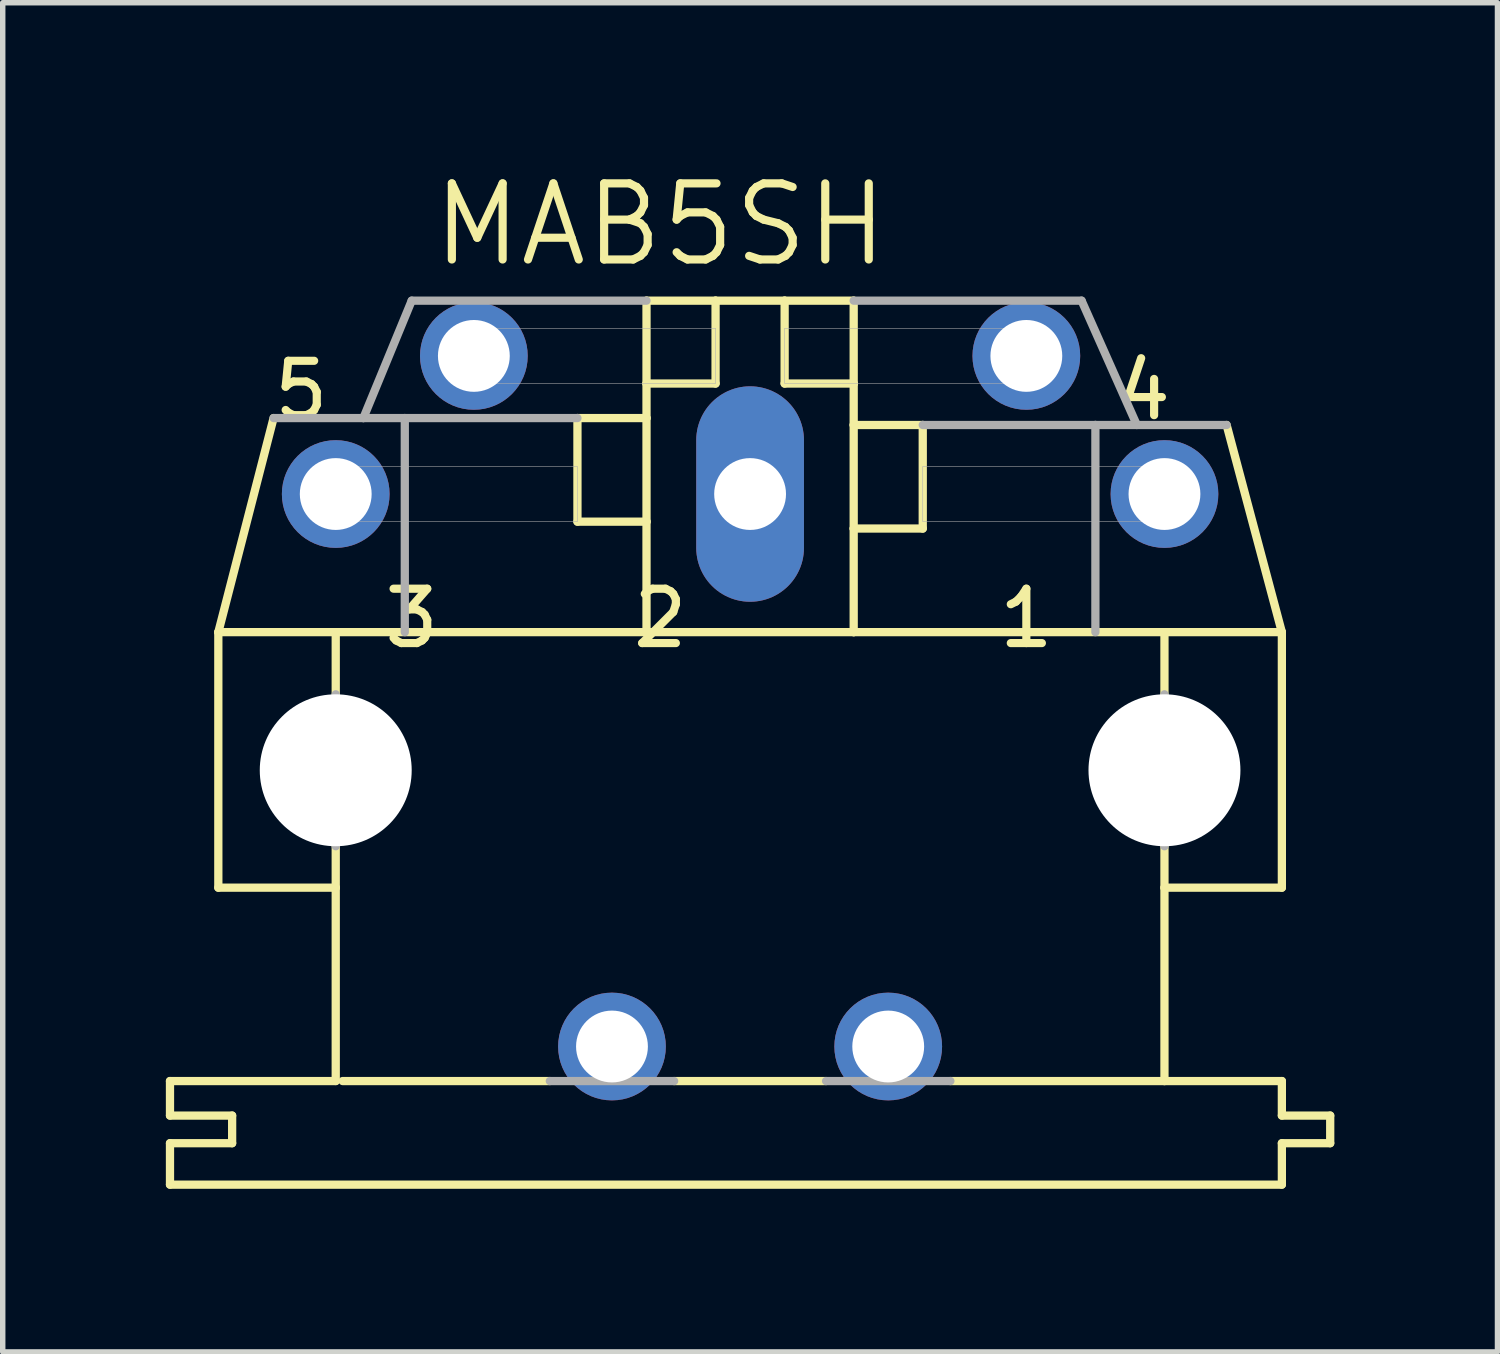
<source format=kicad_pcb>
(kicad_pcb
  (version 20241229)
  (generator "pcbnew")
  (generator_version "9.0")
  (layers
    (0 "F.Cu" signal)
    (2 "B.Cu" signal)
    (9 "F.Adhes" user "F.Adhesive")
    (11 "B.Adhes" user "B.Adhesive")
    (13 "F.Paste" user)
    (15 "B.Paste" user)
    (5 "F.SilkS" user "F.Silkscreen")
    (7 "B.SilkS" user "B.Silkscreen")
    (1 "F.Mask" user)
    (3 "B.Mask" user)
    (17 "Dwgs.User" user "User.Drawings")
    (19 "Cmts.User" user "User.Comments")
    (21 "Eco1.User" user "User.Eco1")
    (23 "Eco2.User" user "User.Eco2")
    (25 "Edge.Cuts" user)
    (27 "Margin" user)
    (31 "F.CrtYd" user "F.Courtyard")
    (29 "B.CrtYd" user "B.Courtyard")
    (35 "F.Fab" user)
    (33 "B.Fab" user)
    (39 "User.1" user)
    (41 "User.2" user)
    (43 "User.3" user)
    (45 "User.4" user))
  (footprint "MAB5SH"
    (layer "F.Cu")
    (at 10.744 11.115)
    (property "Reference" "MAB5SH" (at -1.651 -10.033 0) (layer "F.SilkS") (effects (font (size 1.4 1.4) (thickness 0.15))))
    (attr through_hole)
    (fp_line (start -10.668 6.35) (end -10.668 5.715) (stroke (width 0.152) (type solid)) (layer "F.SilkS"))
    (fp_line (start -10.668 6.35) (end -9.525 6.35) (stroke (width 0.152) (type solid)) (layer "F.SilkS"))
    (fp_line (start -10.668 7.62) (end -10.668 6.858) (stroke (width 0.152) (type solid)) (layer "F.SilkS"))
    (fp_line (start -10.668 7.62) (end 9.779 7.62) (stroke (width 0.152) (type solid)) (layer "F.SilkS"))
    (fp_line (start -9.779 2.159) (end -9.779 -2.54) (stroke (width 0.152) (type solid)) (layer "F.SilkS"))
    (fp_line (start -9.779 2.159) (end -7.62 2.159) (stroke (width 0.152) (type solid)) (layer "F.SilkS"))
    (fp_line (start -9.525 6.858) (end -10.668 6.858) (stroke (width 0.152) (type solid)) (layer "F.SilkS"))
    (fp_line (start -9.525 6.858) (end -9.525 6.35) (stroke (width 0.152) (type solid)) (layer "F.SilkS"))
    (fp_line (start -8.763 -6.477) (end -9.779 -2.54) (stroke (width 0.152) (type solid)) (layer "F.SilkS"))
    (fp_line (start -7.62 -2.54) (end -9.779 -2.54) (stroke (width 0.152) (type solid)) (layer "F.SilkS"))
    (fp_line (start -7.62 -2.54) (end -7.62 -1.397) (stroke (width 0.152) (type solid)) (layer "F.SilkS"))
    (fp_line (start -7.62 2.159) (end -7.62 1.397) (stroke (width 0.152) (type solid)) (layer "F.SilkS"))
    (fp_line (start -7.62 5.715) (end -10.668 5.715) (stroke (width 0.152) (type solid)) (layer "F.SilkS"))
    (fp_line (start -7.62 5.715) (end -7.62 2.159) (stroke (width 0.152) (type solid)) (layer "F.SilkS"))
    (fp_line (start -7.493 5.715) (end -3.683 5.715) (stroke (width 0.152) (type solid)) (layer "F.SilkS"))
    (fp_line (start -3.175 -6.477) (end -3.175 -4.572) (stroke (width 0.152) (type solid)) (layer "F.SilkS"))
    (fp_line (start -1.905 -8.636) (end -1.905 -7.112) (stroke (width 0.152) (type solid)) (layer "F.SilkS"))
    (fp_line (start -1.905 -7.112) (end -1.905 -6.477) (stroke (width 0.152) (type solid)) (layer "F.SilkS"))
    (fp_line (start -1.905 -7.112) (end -0.635 -7.112) (stroke (width 0.152) (type solid)) (layer "F.SilkS"))
    (fp_line (start -1.905 -6.477) (end -3.175 -6.477) (stroke (width 0.152) (type solid)) (layer "F.SilkS"))
    (fp_line (start -1.905 -6.477) (end -1.905 -4.572) (stroke (width 0.152) (type solid)) (layer "F.SilkS"))
    (fp_line (start -1.905 -4.572) (end -3.175 -4.572) (stroke (width 0.152) (type solid)) (layer "F.SilkS"))
    (fp_line (start -1.905 -4.572) (end -1.905 -2.54) (stroke (width 0.152) (type solid)) (layer "F.SilkS"))
    (fp_line (start -1.905 -2.54) (end -7.62 -2.54) (stroke (width 0.152) (type solid)) (layer "F.SilkS"))
    (fp_line (start -1.397 5.715) (end 1.397 5.715) (stroke (width 0.152) (type solid)) (layer "F.SilkS"))
    (fp_line (start -0.635 -8.636) (end -1.905 -8.636) (stroke (width 0.152) (type solid)) (layer "F.SilkS"))
    (fp_line (start -0.635 -8.636) (end -0.635 -7.112) (stroke (width 0.152) (type solid)) (layer "F.SilkS"))
    (fp_line (start 0.635 -8.636) (end -0.635 -8.636) (stroke (width 0.152) (type solid)) (layer "F.SilkS"))
    (fp_line (start 0.635 -8.636) (end 0.635 -7.112) (stroke (width 0.152) (type solid)) (layer "F.SilkS"))
    (fp_line (start 1.905 -8.636) (end 0.635 -8.636) (stroke (width 0.152) (type solid)) (layer "F.SilkS"))
    (fp_line (start 1.905 -8.636) (end 1.905 -7.112) (stroke (width 0.152) (type solid)) (layer "F.SilkS"))
    (fp_line (start 1.905 -7.112) (end 0.635 -7.112) (stroke (width 0.152) (type solid)) (layer "F.SilkS"))
    (fp_line (start 1.905 -7.112) (end 1.905 -6.35) (stroke (width 0.152) (type solid)) (layer "F.SilkS"))
    (fp_line (start 1.905 -6.35) (end 1.905 -4.445) (stroke (width 0.152) (type solid)) (layer "F.SilkS"))
    (fp_line (start 1.905 -4.445) (end 1.905 -2.54) (stroke (width 0.152) (type solid)) (layer "F.SilkS"))
    (fp_line (start 1.905 -4.445) (end 3.175 -4.445) (stroke (width 0.152) (type solid)) (layer "F.SilkS"))
    (fp_line (start 1.905 -2.54) (end -1.905 -2.54) (stroke (width 0.152) (type solid)) (layer "F.SilkS"))
    (fp_line (start 3.175 -6.35) (end 1.905 -6.35) (stroke (width 0.152) (type solid)) (layer "F.SilkS"))
    (fp_line (start 3.175 -6.35) (end 3.175 -4.445) (stroke (width 0.152) (type solid)) (layer "F.SilkS"))
    (fp_line (start 3.683 5.715) (end 7.62 5.715) (stroke (width 0.152) (type solid)) (layer "F.SilkS"))
    (fp_line (start 7.62 -2.54) (end 1.905 -2.54) (stroke (width 0.152) (type solid)) (layer "F.SilkS"))
    (fp_line (start 7.62 -2.54) (end 7.62 -1.397) (stroke (width 0.152) (type solid)) (layer "F.SilkS"))
    (fp_line (start 7.62 2.159) (end 7.62 1.397) (stroke (width 0.152) (type solid)) (layer "F.SilkS"))
    (fp_line (start 7.62 5.715) (end 7.62 2.159) (stroke (width 0.152) (type solid)) (layer "F.SilkS"))
    (fp_line (start 8.763 -6.35) (end 9.779 -2.54) (stroke (width 0.152) (type solid)) (layer "F.SilkS"))
    (fp_line (start 9.779 -2.54) (end 7.62 -2.54) (stroke (width 0.152) (type solid)) (layer "F.SilkS"))
    (fp_line (start 9.779 2.159) (end 7.62 2.159) (stroke (width 0.152) (type solid)) (layer "F.SilkS"))
    (fp_line (start 9.779 2.159) (end 9.779 -2.54) (stroke (width 0.152) (type solid)) (layer "F.SilkS"))
    (fp_line (start 9.779 5.715) (end 7.62 5.715) (stroke (width 0.152) (type solid)) (layer "F.SilkS"))
    (fp_line (start 9.779 5.715) (end 9.779 6.35) (stroke (width 0.152) (type solid)) (layer "F.SilkS"))
    (fp_line (start 9.779 7.62) (end 9.779 6.858) (stroke (width 0.152) (type solid)) (layer "F.SilkS"))
    (fp_line (start 10.668 6.35) (end 9.779 6.35) (stroke (width 0.152) (type solid)) (layer "F.SilkS"))
    (fp_line (start 10.668 6.858) (end 9.779 6.858) (stroke (width 0.152) (type solid)) (layer "F.SilkS"))
    (fp_line (start 10.668 6.858) (end 10.668 6.35) (stroke (width 0.152) (type solid)) (layer "F.SilkS"))
    (fp_line (start -8.763 -6.477) (end -7.112 -6.477) (stroke (width 0.152) (type solid)) (layer "F.Fab"))
    (fp_line (start -7.62 -1.397) (end -7.62 1.397) (stroke (width 0.152) (type solid)) (layer "F.Fab"))
    (fp_line (start -7.112 -6.477) (end -6.223 -8.636) (stroke (width 0.152) (type solid)) (layer "F.Fab"))
    (fp_line (start -6.35 -6.477) (end -7.112 -6.477) (stroke (width 0.152) (type solid)) (layer "F.Fab"))
    (fp_line (start -6.35 -6.477) (end -6.35 -2.54) (stroke (width 0.152) (type solid)) (layer "F.Fab"))
    (fp_line (start -3.175 -6.477) (end -6.35 -6.477) (stroke (width 0.152) (type solid)) (layer "F.Fab"))
    (fp_line (start -1.905 -8.636) (end -6.223 -8.636) (stroke (width 0.152) (type solid)) (layer "F.Fab"))
    (fp_line (start -1.397 5.715) (end -3.683 5.715) (stroke (width 0.152) (type solid)) (layer "F.Fab"))
    (fp_line (start 3.683 5.715) (end 1.397 5.715) (stroke (width 0.152) (type solid)) (layer "F.Fab"))
    (fp_line (start 6.096 -8.636) (end 1.905 -8.636) (stroke (width 0.152) (type solid)) (layer "F.Fab"))
    (fp_line (start 6.096 -8.636) (end 7.112 -6.35) (stroke (width 0.152) (type solid)) (layer "F.Fab"))
    (fp_line (start 6.35 -6.35) (end 3.175 -6.35) (stroke (width 0.152) (type solid)) (layer "F.Fab"))
    (fp_line (start 6.35 -6.35) (end 6.35 -2.54) (stroke (width 0.152) (type solid)) (layer "F.Fab"))
    (fp_line (start 7.112 -6.35) (end 6.35 -6.35) (stroke (width 0.152) (type solid)) (layer "F.Fab"))
    (fp_line (start 7.62 -1.397) (end 7.62 1.397) (stroke (width 0.152) (type solid)) (layer "F.Fab"))
    (fp_line (start 8.763 -6.35) (end 7.112 -6.35) (stroke (width 0.152) (type solid)) (layer "F.Fab"))
    (fp_poly (pts (xy -8.001 -5.588) (xy -3.175 -5.588) (xy -3.175 -4.572) (xy -8.001 -4.572)) (stroke (width 0.01) (type solid)) (fill no) (layer "F.Fab"))
    (fp_poly (pts (xy -5.461 -8.128) (xy -0.635 -8.128) (xy -0.635 -7.112) (xy -5.461 -7.112)) (stroke (width 0.01) (type solid)) (fill no) (layer "F.Fab"))
    (fp_poly (pts (xy 0.635 -8.128) (xy 5.461 -8.128) (xy 5.461 -7.112) (xy 0.635 -7.112)) (stroke (width 0.01) (type solid)) (fill no) (layer "F.Fab"))
    (fp_poly (pts (xy 3.175 -5.588) (xy 8.001 -5.588) (xy 8.001 -4.572) (xy 3.175 -4.572)) (stroke (width 0.01) (type solid)) (fill no) (layer "F.Fab"))
    (fp_text user "3" (at -6.223 -2.794 0) (layer "F.SilkS") (effects (font (size 1 1) (thickness 0.15))))
    (fp_text user "5" (at -8.255 -6.985 0) (layer "F.SilkS") (effects (font (size 1 1) (thickness 0.15))))
    (fp_text user "4" (at 7.239 -6.985 0) (layer "F.SilkS") (effects (font (size 1 1) (thickness 0.15))))
    (fp_text user "2" (at -1.651 -2.794 0) (layer "F.SilkS") (effects (font (size 1 1) (thickness 0.15))))
    (fp_text user "1" (at 5.08 -2.794 0) (layer "F.SilkS") (effects (font (size 1 1) (thickness 0.15))))
    (pad "" np_thru_hole circle (at -7.62 0) (size 2.794 2.794) (drill 2.794) (layers "*.Cu" "*.Mask"))
    (pad "" np_thru_hole circle (at 7.62 0) (size 2.794 2.794) (drill 2.794) (layers "*.Cu" "*.Mask"))
    (pad "1" thru_hole circle (at 7.62 -5.08) (size 1.981 1.981) (drill 1.321) (layers "*.Cu" "*.Mask"))
    (pad "2" thru_hole oval (at 0 -5.08) (size 1.981 3.962) (drill 1.321) (layers "*.Cu" "*.Mask"))
    (pad "3" thru_hole circle (at -7.62 -5.08) (size 1.981 1.981) (drill 1.321) (layers "*.Cu" "*.Mask"))
    (pad "4" thru_hole circle (at 5.08 -7.62) (size 1.981 1.981) (drill 1.321) (layers "*.Cu" "*.Mask"))
    (pad "5" thru_hole circle (at -5.08 -7.62) (size 1.981 1.981) (drill 1.321) (layers "*.Cu" "*.Mask"))
    (pad "PE" thru_hole circle (at -2.54 5.08) (size 1.981 1.981) (drill 1.321) (layers "*.Cu" "*.Mask"))
    (pad "PE@" thru_hole circle (at 2.54 5.08) (size 1.981 1.981) (drill 1.321) (layers "*.Cu" "*.Mask")))
  (gr_rect
    (start -3 -3)
    (end 24.488 21.811)
    (stroke (width 0.1) (type default))
    (fill no)
    (layer "Edge.Cuts")))
</source>
